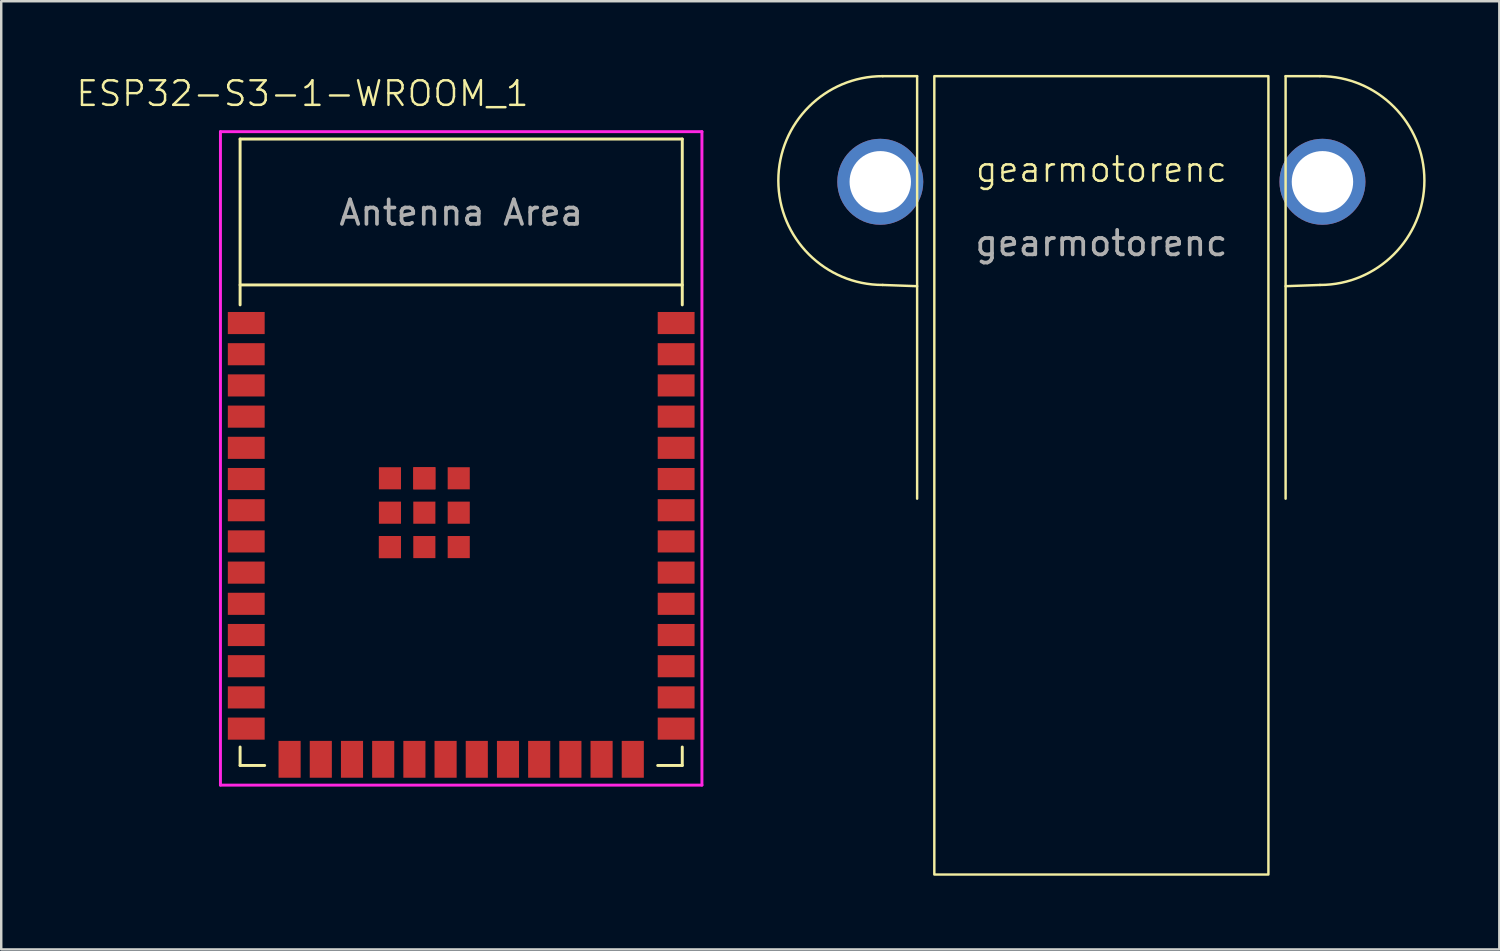
<source format=kicad_pcb>
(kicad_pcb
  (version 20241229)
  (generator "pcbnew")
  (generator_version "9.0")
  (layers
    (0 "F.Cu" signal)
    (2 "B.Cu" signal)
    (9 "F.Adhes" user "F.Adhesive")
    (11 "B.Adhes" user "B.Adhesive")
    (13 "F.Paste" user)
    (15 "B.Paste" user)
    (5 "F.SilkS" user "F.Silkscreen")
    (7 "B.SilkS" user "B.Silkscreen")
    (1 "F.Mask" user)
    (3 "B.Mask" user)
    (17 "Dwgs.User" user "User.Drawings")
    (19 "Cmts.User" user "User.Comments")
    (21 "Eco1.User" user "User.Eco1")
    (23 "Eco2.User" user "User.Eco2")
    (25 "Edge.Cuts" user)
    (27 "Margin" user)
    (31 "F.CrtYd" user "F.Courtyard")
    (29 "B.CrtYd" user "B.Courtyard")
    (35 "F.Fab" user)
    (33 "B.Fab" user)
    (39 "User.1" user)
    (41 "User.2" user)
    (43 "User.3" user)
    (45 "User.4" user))
  (footprint "gearmotorenc"
    (layer "F.Cu")
    (at 41.784 4.35)
    (property "Reference" "gearmotorenc" (at 0 -0.5 0) (unlocked yes) (layer "F.SilkS") (effects (font (size 1 1) (thickness 0.1))))
    (attr through_hole)
    (fp_line (start -8.9 4.2) (end -7.5 4.25) (stroke (width 0.1) (type default)) (layer "F.SilkS"))
    (fp_line (start -7.5 -4.3) (end -8.9 -4.3) (stroke (width 0.1) (type default)) (layer "F.SilkS"))
    (fp_line (start -7.5 -4.3) (end -7.5 12.9) (stroke (width 0.1) (type solid)) (layer "F.SilkS"))
    (fp_line (start 7.5 -4.3) (end 7.5 12.9) (stroke (width 0.1) (type solid)) (layer "F.SilkS"))
    (fp_line (start 7.5 -4.3) (end 8.9 -4.3) (stroke (width 0.1) (type default)) (layer "F.SilkS"))
    (fp_line (start 8.9 4.2) (end 7.5 4.25) (stroke (width 0.1) (type default)) (layer "F.SilkS"))
    (fp_rect (start -6.8 -4.3) (end 6.8 28.2) (stroke (width 0.1) (type solid)) (fill no) (layer "F.SilkS"))
    (fp_arc (start -8.9 4.2) (mid -13.15 -0.05) (end -8.9 -4.3) (stroke (width 0.1) (type solid)) (layer "F.SilkS"))
    (fp_arc (start 8.9 -4.3) (mid 13.15 -0.05) (end 8.9 4.2) (stroke (width 0.1) (type solid)) (layer "F.SilkS"))
    (fp_text user "${REFERENCE}" (at 0 2.5 0) (unlocked yes) (layer "F.Fab") (effects (font (size 1 1) (thickness 0.15))))
    (pad "" np_thru_hole circle (at -9 0) (size 3.5 3.5) (drill 2.5) (layers "*.Cu" "*.Mask"))
    (pad "" np_thru_hole circle (at 9 0) (size 3.5 3.5) (drill 2.5) (layers "*.Cu" "*.Mask")))
  (footprint "ESP32-S3-1-WROOM_1"
    (layer "F.Cu")
    (at 15.724 18.36)
    (property "Reference" "ESP32-S3-1-WROOM_1" (at -6.46 -17.6 0) (unlocked yes) (layer "F.SilkS") (effects (font (size 1 1) (thickness 0.1))))
    (attr smd)
    (fp_line (start -9 -15.75) (end -9 -9) (stroke (width 0.12) (type solid)) (layer "F.SilkS"))
    (fp_line (start -9 -15.75) (end 9 -15.75) (stroke (width 0.12) (type solid)) (layer "F.SilkS"))
    (fp_line (start -9 9) (end -9 9.75) (stroke (width 0.12) (type solid)) (layer "F.SilkS"))
    (fp_line (start -9 9.75) (end -8 9.75) (stroke (width 0.12) (type solid)) (layer "F.SilkS"))
    (fp_line (start 9 -15.75) (end 9 -9) (stroke (width 0.12) (type solid)) (layer "F.SilkS"))
    (fp_line (start 9 -9.81) (end -9 -9.81) (stroke (width 0.12) (type solid)) (layer "F.SilkS"))
    (fp_line (start 9 9) (end 9 9.75) (stroke (width 0.12) (type solid)) (layer "F.SilkS"))
    (fp_line (start 9 9.75) (end 8 9.75) (stroke (width 0.12) (type solid)) (layer "F.SilkS"))
    (fp_line (start -9 -15.75) (end 9 -15.75) (stroke (width 0.12) (type solid)) (layer "Eco2.User"))
    (fp_line (start -9 -9.81) (end 9 -9.81) (stroke (width 0.12) (type solid)) (layer "Eco2.User"))
    (fp_line (start -9 9.75) (end -9 -15.75) (stroke (width 0.12) (type solid)) (layer "Eco2.User"))
    (fp_line (start 9 -15.75) (end 9 9.75) (stroke (width 0.12) (type solid)) (layer "Eco2.User"))
    (fp_line (start 9 9.75) (end -9 9.75) (stroke (width 0.12) (type solid)) (layer "Eco2.User"))
    (fp_line (start -9.8 -16.05) (end -9.8 10.55) (stroke (width 0.12) (type solid)) (layer "F.CrtYd"))
    (fp_line (start -9.8 10.55) (end 9.8 10.55) (stroke (width 0.12) (type solid)) (layer "F.CrtYd"))
    (fp_line (start 9.8 -16.05) (end -9.8 -16.05) (stroke (width 0.12) (type solid)) (layer "F.CrtYd"))
    (fp_line (start 9.8 -16.05) (end 9.8 10.55) (stroke (width 0.12) (type solid)) (layer "F.CrtYd"))
    (fp_text user "Antenna Area" (at 0 -12.75 0) (layer "F.Fab") (effects (font (size 1 1) (thickness 0.15))))
    (pad "1" smd rect (at -8.75 -8.26) (size 1.5 0.9) (layers "F.Cu" "F.Mask" "F.Paste"))
    (pad "2" smd rect (at -8.75 -6.99) (size 1.5 0.9) (layers "F.Cu" "F.Mask" "F.Paste"))
    (pad "3" smd rect (at -8.75 -5.72) (size 1.5 0.9) (layers "F.Cu" "F.Mask" "F.Paste"))
    (pad "4" smd rect (at -8.75 -4.45) (size 1.5 0.9) (layers "F.Cu" "F.Mask" "F.Paste"))
    (pad "5" smd rect (at -8.75 -3.18) (size 1.5 0.9) (layers "F.Cu" "F.Mask" "F.Paste"))
    (pad "6" smd rect (at -8.75 -1.91) (size 1.5 0.9) (layers "F.Cu" "F.Mask" "F.Paste"))
    (pad "7" smd rect (at -8.75 -0.64) (size 1.5 0.9) (layers "F.Cu" "F.Mask" "F.Paste"))
    (pad "8" smd rect (at -8.75 0.63) (size 1.5 0.9) (layers "F.Cu" "F.Mask" "F.Paste"))
    (pad "9" smd rect (at -8.75 1.9) (size 1.5 0.9) (layers "F.Cu" "F.Mask" "F.Paste"))
    (pad "10" smd rect (at -8.75 3.17) (size 1.5 0.9) (layers "F.Cu" "F.Mask" "F.Paste"))
    (pad "11" smd rect (at -8.75 4.44) (size 1.5 0.9) (layers "F.Cu" "F.Mask" "F.Paste"))
    (pad "12" smd rect (at -8.75 5.71) (size 1.5 0.9) (layers "F.Cu" "F.Mask" "F.Paste"))
    (pad "13" smd rect (at -8.75 6.98) (size 1.5 0.9) (layers "F.Cu" "F.Mask" "F.Paste"))
    (pad "14" smd rect (at -8.75 8.25) (size 1.5 0.9) (layers "F.Cu" "F.Mask" "F.Paste"))
    (pad "15" smd rect (at -6.985 9.5 90) (size 1.5 0.9) (layers "F.Cu" "F.Mask" "F.Paste"))
    (pad "16" smd rect (at -5.715 9.5 90) (size 1.5 0.9) (layers "F.Cu" "F.Mask" "F.Paste"))
    (pad "17" smd rect (at -4.445 9.5 90) (size 1.5 0.9) (layers "F.Cu" "F.Mask" "F.Paste"))
    (pad "18" smd rect (at -3.175 9.5 90) (size 1.5 0.9) (layers "F.Cu" "F.Mask" "F.Paste"))
    (pad "19" smd rect (at -1.905 9.5 90) (size 1.5 0.9) (layers "F.Cu" "F.Mask" "F.Paste"))
    (pad "20" smd rect (at -0.635 9.5 90) (size 1.5 0.9) (layers "F.Cu" "F.Mask" "F.Paste"))
    (pad "21" smd rect (at 0.635 9.5 90) (size 1.5 0.9) (layers "F.Cu" "F.Mask" "F.Paste"))
    (pad "22" smd rect (at 1.905 9.5 90) (size 1.5 0.9) (layers "F.Cu" "F.Mask" "F.Paste"))
    (pad "23" smd rect (at 3.175 9.5 90) (size 1.5 0.9) (layers "F.Cu" "F.Mask" "F.Paste"))
    (pad "24" smd rect (at 4.445 9.5 90) (size 1.5 0.9) (layers "F.Cu" "F.Mask" "F.Paste"))
    (pad "25" smd rect (at 5.715 9.5 90) (size 1.5 0.9) (layers "F.Cu" "F.Mask" "F.Paste"))
    (pad "26" smd rect (at 6.985 9.5 90) (size 1.5 0.9) (layers "F.Cu" "F.Mask" "F.Paste"))
    (pad "27" smd rect (at 8.75 8.25 180) (size 1.5 0.9) (layers "F.Cu" "F.Mask" "F.Paste"))
    (pad "28" smd rect (at 8.75 6.98 180) (size 1.5 0.9) (layers "F.Cu" "F.Mask" "F.Paste"))
    (pad "29" smd rect (at 8.75 5.71 180) (size 1.5 0.9) (layers "F.Cu" "F.Mask" "F.Paste"))
    (pad "30" smd rect (at 8.75 4.44 180) (size 1.5 0.9) (layers "F.Cu" "F.Mask" "F.Paste"))
    (pad "31" smd rect (at 8.75 3.17 180) (size 1.5 0.9) (layers "F.Cu" "F.Mask" "F.Paste"))
    (pad "32" smd rect (at 8.75 1.9 180) (size 1.5 0.9) (layers "F.Cu" "F.Mask" "F.Paste"))
    (pad "33" smd rect (at 8.75 0.63 180) (size 1.5 0.9) (layers "F.Cu" "F.Mask" "F.Paste"))
    (pad "34" smd rect (at 8.75 -0.64 180) (size 1.5 0.9) (layers "F.Cu" "F.Mask" "F.Paste"))
    (pad "35" smd rect (at 8.75 -1.91 180) (size 1.5 0.9) (layers "F.Cu" "F.Mask" "F.Paste"))
    (pad "36" smd rect (at 8.75 -3.18 180) (size 1.5 0.9) (layers "F.Cu" "F.Mask" "F.Paste"))
    (pad "37" smd rect (at 8.75 -4.45 180) (size 1.5 0.9) (layers "F.Cu" "F.Mask" "F.Paste"))
    (pad "38" smd rect (at 8.75 -5.72 180) (size 1.5 0.9) (layers "F.Cu" "F.Mask" "F.Paste"))
    (pad "39" smd rect (at 8.75 -6.99 180) (size 1.5 0.9) (layers "F.Cu" "F.Mask" "F.Paste"))
    (pad "40" smd rect (at 8.75 -8.26 180) (size 1.5 0.9) (layers "F.Cu" "F.Mask" "F.Paste"))
    (pad "41" smd rect (at -2.9 -1.94 180) (size 0.9 0.9) (layers "F.Cu" "F.Mask" "F.Paste"))
    (pad "41" smd rect (at -2.9 -0.54 180) (size 0.9 0.9) (layers "F.Cu" "F.Mask" "F.Paste"))
    (pad "41" smd rect (at -2.9 0.86 180) (size 0.9 0.9) (layers "F.Cu" "F.Mask" "F.Paste"))
    (pad "41" smd rect (at -2.9 0.86 180) (size 0.9 0.9) (layers "F.Cu" "F.Mask" "F.Paste"))
    (pad "41" smd rect (at -1.5 -1.94 180) (size 0.9 0.9) (layers "F.Cu" "F.Mask" "F.Paste"))
    (pad "41" smd rect (at -1.5 -1.94 180) (size 0.9 0.9) (layers "F.Cu" "F.Mask" "F.Paste"))
    (pad "41" smd rect (at -1.5 -0.54 180) (size 0.9 0.9) (layers "F.Cu" "F.Mask" "F.Paste"))
    (pad "41" smd rect (at -1.5 0.86 180) (size 0.9 0.9) (layers "F.Cu" "F.Mask" "F.Paste"))
    (pad "41" smd rect (at -0.1 -1.94 180) (size 0.9 0.9) (layers "F.Cu" "F.Mask" "F.Paste"))
    (pad "41" smd rect (at -0.1 -0.54 180) (size 0.9 0.9) (layers "F.Cu" "F.Mask" "F.Paste"))
    (pad "41" smd rect (at -0.1 0.86 180) (size 0.9 0.9) (layers "F.Cu" "F.Mask" "F.Paste"))
    (zone (net_name "") (layers "F.Cu" "B.Cu") (name "antenna keepout") (hatch edge 0.508) (connect_pads) (min_thickness 0.254) (filled_areas_thickness no) (keepout (tracks not_allowed) (vias not_allowed) (pads not_allowed) (copperpour not_allowed) (footprints not_allowed)) (placement (enabled no)) (fill) (polygon (pts (xy 24.724 8.56) (xy 6.724 8.56) (xy 6.724 2.611) (xy 24.724 2.611)))))
  (gr_rect
    (start -3 -3)
    (end 57.984 35.6)
    (stroke (width 0.1) (type default))
    (fill no)
    (layer "Edge.Cuts")))
</source>
